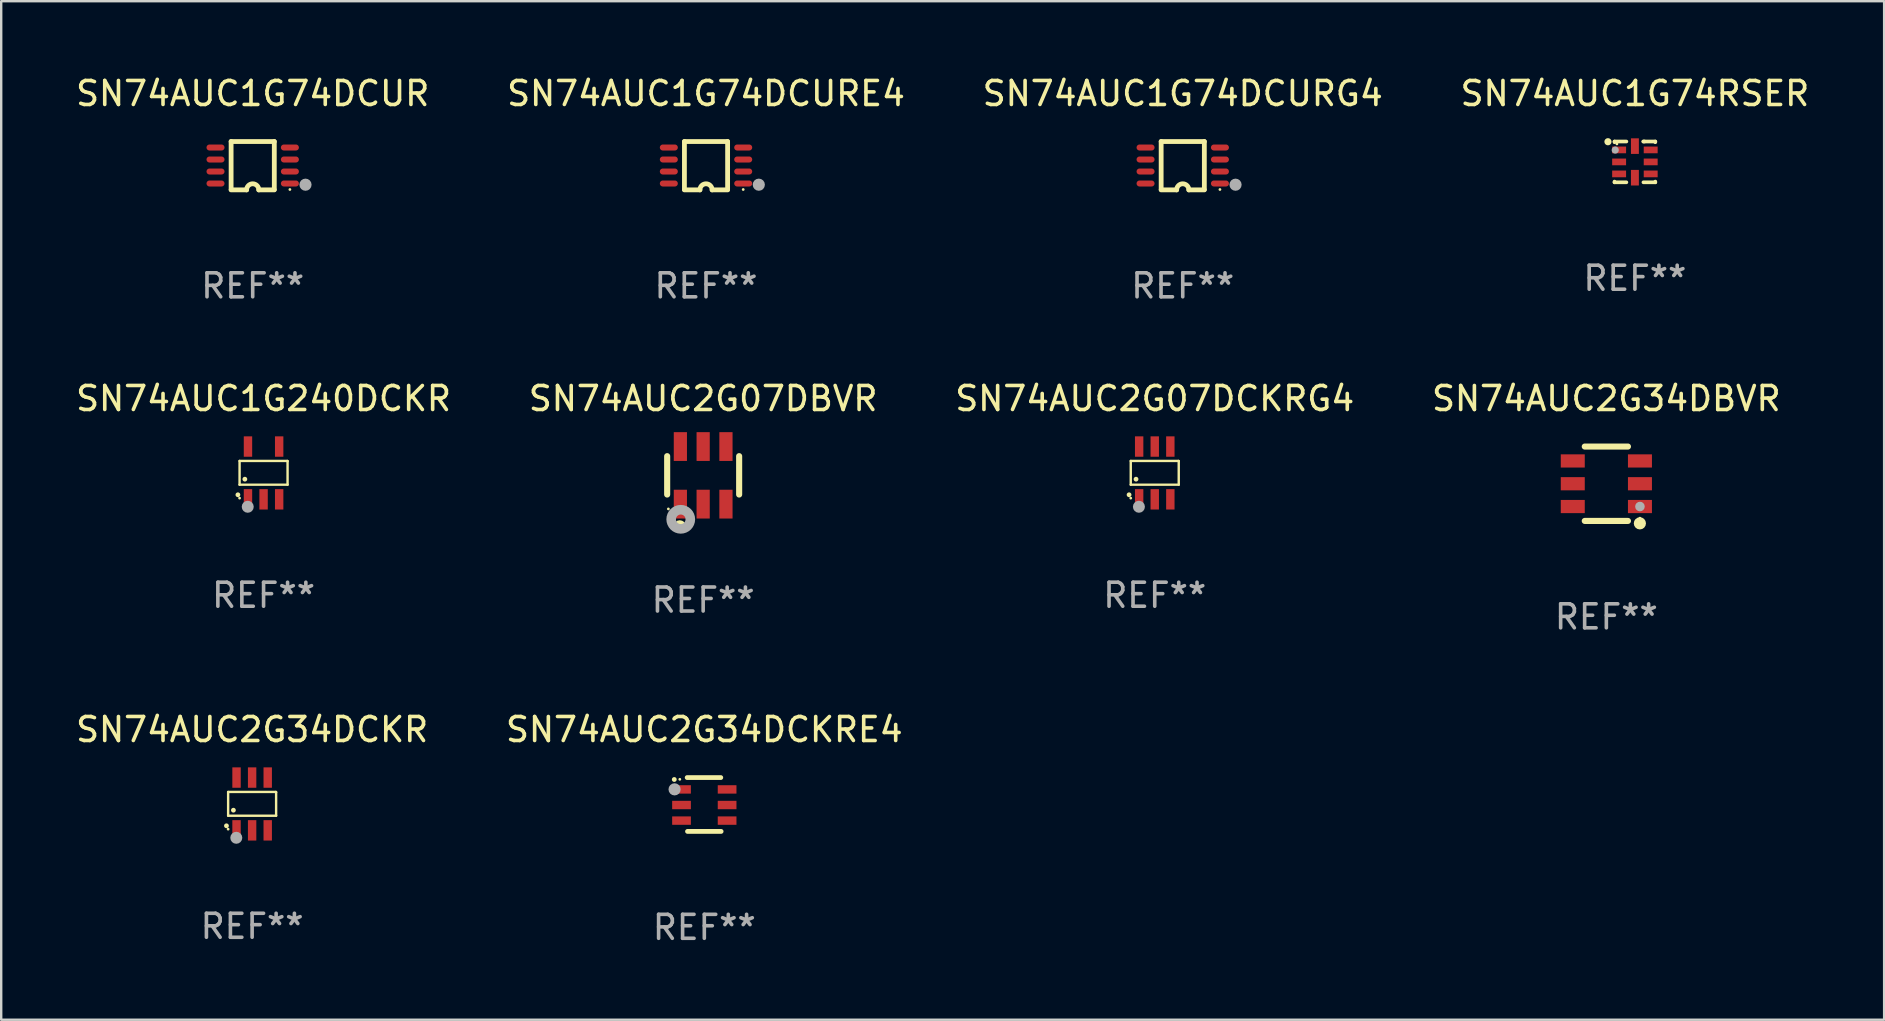
<source format=kicad_pcb>
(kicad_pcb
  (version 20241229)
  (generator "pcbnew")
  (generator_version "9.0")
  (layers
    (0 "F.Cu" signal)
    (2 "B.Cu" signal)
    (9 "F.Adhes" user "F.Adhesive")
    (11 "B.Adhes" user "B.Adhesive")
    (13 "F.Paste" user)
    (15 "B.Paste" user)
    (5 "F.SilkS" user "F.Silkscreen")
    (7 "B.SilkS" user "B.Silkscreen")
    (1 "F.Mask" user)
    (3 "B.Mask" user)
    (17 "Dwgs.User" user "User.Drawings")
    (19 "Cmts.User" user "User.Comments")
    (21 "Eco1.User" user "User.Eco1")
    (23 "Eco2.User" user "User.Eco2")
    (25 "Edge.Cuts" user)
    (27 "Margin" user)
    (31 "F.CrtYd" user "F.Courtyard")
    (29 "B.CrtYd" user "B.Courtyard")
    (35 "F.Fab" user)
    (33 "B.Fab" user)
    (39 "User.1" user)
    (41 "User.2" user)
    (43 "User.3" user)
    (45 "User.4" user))
  (footprint "SN74AUC2G34DCKR"
    (layer "F.Cu")
    (at 7.458 30.457)
    (property "Reference" "SN74AUC2G34DCKR" (at 0 -3.1 0) (layer "F.SilkS") (effects (font (size 1 1) (thickness 0.15))))
    (attr through_hole)
    (fp_line (start -1 -0.5) (end -1 0.49) (stroke (width 0.1) (type solid)) (layer "F.SilkS"))
    (fp_line (start -1 0.49) (end 1 0.49) (stroke (width 0.1) (type solid)) (layer "F.SilkS"))
    (fp_line (start 0.99 -0.5) (end -1 -0.5) (stroke (width 0.1) (type solid)) (layer "F.SilkS"))
    (fp_line (start 1 -0.49) (end 0.99 -0.5) (stroke (width 0.1) (type solid)) (layer "F.SilkS"))
    (fp_line (start 1 0.49) (end 1 -0.49) (stroke (width 0.1) (type solid)) (layer "F.SilkS"))
    (fp_circle (center -1.07 0.91) (end -1.02 0.91) (stroke (width 0.1) (type solid)) (fill no) (layer "F.SilkS"))
    (fp_circle (center -1 1.05) (end -0.97 1.05) (stroke (width 0.06) (type solid)) (fill no) (layer "F.SilkS"))
    (fp_circle (center -0.78 0.26) (end -0.73 0.26) (stroke (width 0.1) (type solid)) (fill no) (layer "F.SilkS"))
    (fp_circle (center -0.66 1.41) (end -0.535 1.41) (stroke (width 0.25) (type solid)) (fill no) (layer "F.Fab"))
    (fp_text user "REF**" (at 0 5.1 0) (layer "F.Fab") (effects (font (size 1 1) (thickness 0.15))))
    (pad "1" smd rect (at -0.65 1.1) (size 0.35 0.85) (layers "F.Cu" "F.Mask" "F.Paste"))
    (pad "2" smd rect (at 0 1.1) (size 0.35 0.85) (layers "F.Cu" "F.Mask" "F.Paste"))
    (pad "3" smd rect (at 0.65 1.1) (size 0.35 0.85) (layers "F.Cu" "F.Mask" "F.Paste"))
    (pad "4" smd rect (at 0.65 -1.1) (size 0.35 0.85) (layers "F.Cu" "F.Mask" "F.Paste"))
    (pad "5" smd rect (at 0 -1.1) (size 0.35 0.85) (layers "F.Cu" "F.Mask" "F.Paste"))
    (pad "6" smd rect (at -0.65 -1.1) (size 0.35 0.85) (layers "F.Cu" "F.Mask" "F.Paste")))
  (footprint "SN74AUC1G74DCURE4"
    (layer "F.Cu")
    (at 26.375 3.856)
    (property "Reference" "SN74AUC1G74DCURE4" (at 0 -3.008 0) (layer "F.SilkS") (effects (font (size 1 1) (thickness 0.15))))
    (attr through_hole)
    (fp_line (start -0.9 -1.008) (end -0.9 0.992) (stroke (width 0.2) (type solid)) (layer "F.SilkS"))
    (fp_line (start -0.254 1.008) (end -0.9 1.008) (stroke (width 0.2) (type solid)) (layer "F.SilkS"))
    (fp_line (start 0.254 1.008) (end 0.9 1.008) (stroke (width 0.2) (type solid)) (layer "F.SilkS"))
    (fp_line (start 0.9 -1.008) (end -0.9 -1.008) (stroke (width 0.2) (type solid)) (layer "F.SilkS"))
    (fp_line (start 0.9 0.992) (end 0.9 -1.008) (stroke (width 0.2) (type solid)) (layer "F.SilkS"))
    (fp_arc (start -0.254128 1.007976) (mid -0.000127 0.753975) (end 0.253874 1.007976) (stroke (width 0.2) (type solid)) (layer "F.SilkS"))
    (fp_circle (center 1.55 0.992) (end 1.58 0.992) (stroke (width 0.06) (type solid)) (fill no) (layer "F.SilkS"))
    (fp_circle (center 2.2 0.792) (end 2.327 0.792) (stroke (width 0.254) (type solid)) (fill no) (layer "F.Fab"))
    (fp_text user "REF**" (at 0 5.008 0) (layer "F.Fab") (effects (font (size 1 1) (thickness 0.15))))
    (pad "1" smd oval (at 1.55 0.742) (size 0.75 0.25) (layers "F.Cu" "F.Mask" "F.Paste"))
    (pad "2" smd oval (at 1.55 0.242) (size 0.75 0.25) (layers "F.Cu" "F.Mask" "F.Paste"))
    (pad "3" smd oval (at 1.55 -0.258) (size 0.75 0.25) (layers "F.Cu" "F.Mask" "F.Paste"))
    (pad "4" smd oval (at 1.55 -0.758) (size 0.75 0.25) (layers "F.Cu" "F.Mask" "F.Paste"))
    (pad "5" smd oval (at -1.55 -0.758) (size 0.75 0.25) (layers "F.Cu" "F.Mask" "F.Paste"))
    (pad "6" smd oval (at -1.55 -0.258) (size 0.75 0.25) (layers "F.Cu" "F.Mask" "F.Paste"))
    (pad "7" smd oval (at -1.55 0.242) (size 0.75 0.25) (layers "F.Cu" "F.Mask" "F.Paste"))
    (pad "8" smd oval (at -1.55 0.742) (size 0.75 0.25) (layers "F.Cu" "F.Mask" "F.Paste")))
  (footprint "SN74AUC1G74DCUR"
    (layer "F.Cu")
    (at 7.482 3.856)
    (property "Reference" "SN74AUC1G74DCUR" (at 0 -3.008 0) (layer "F.SilkS") (effects (font (size 1 1) (thickness 0.15))))
    (attr through_hole)
    (fp_line (start -0.9 -1.008) (end -0.9 0.992) (stroke (width 0.2) (type solid)) (layer "F.SilkS"))
    (fp_line (start -0.254 1.008) (end -0.9 1.008) (stroke (width 0.2) (type solid)) (layer "F.SilkS"))
    (fp_line (start 0.254 1.008) (end 0.9 1.008) (stroke (width 0.2) (type solid)) (layer "F.SilkS"))
    (fp_line (start 0.9 -1.008) (end -0.9 -1.008) (stroke (width 0.2) (type solid)) (layer "F.SilkS"))
    (fp_line (start 0.9 0.992) (end 0.9 -1.008) (stroke (width 0.2) (type solid)) (layer "F.SilkS"))
    (fp_arc (start -0.254128 1.007976) (mid -0.000127 0.753975) (end 0.253874 1.007976) (stroke (width 0.2) (type solid)) (layer "F.SilkS"))
    (fp_circle (center 1.55 0.992) (end 1.58 0.992) (stroke (width 0.06) (type solid)) (fill no) (layer "F.SilkS"))
    (fp_circle (center 2.2 0.792) (end 2.327 0.792) (stroke (width 0.254) (type solid)) (fill no) (layer "F.Fab"))
    (fp_text user "REF**" (at 0 5.008 0) (layer "F.Fab") (effects (font (size 1 1) (thickness 0.15))))
    (pad "1" smd oval (at 1.55 0.742) (size 0.75 0.25) (layers "F.Cu" "F.Mask" "F.Paste"))
    (pad "2" smd oval (at 1.55 0.242) (size 0.75 0.25) (layers "F.Cu" "F.Mask" "F.Paste"))
    (pad "3" smd oval (at 1.55 -0.258) (size 0.75 0.25) (layers "F.Cu" "F.Mask" "F.Paste"))
    (pad "4" smd oval (at 1.55 -0.758) (size 0.75 0.25) (layers "F.Cu" "F.Mask" "F.Paste"))
    (pad "5" smd oval (at -1.55 -0.758) (size 0.75 0.25) (layers "F.Cu" "F.Mask" "F.Paste"))
    (pad "6" smd oval (at -1.55 -0.258) (size 0.75 0.25) (layers "F.Cu" "F.Mask" "F.Paste"))
    (pad "7" smd oval (at -1.55 0.242) (size 0.75 0.25) (layers "F.Cu" "F.Mask" "F.Paste"))
    (pad "8" smd oval (at -1.55 0.742) (size 0.75 0.25) (layers "F.Cu" "F.Mask" "F.Paste")))
  (footprint "SN74AUC1G240DCKR"
    (layer "F.Cu")
    (at 7.935 16.661)
    (property "Reference" "SN74AUC1G240DCKR" (at 0 -3.1 0) (layer "F.SilkS") (effects (font (size 1 1) (thickness 0.15))))
    (attr through_hole)
    (fp_line (start -1 -0.5) (end -1 0.49) (stroke (width 0.1) (type solid)) (layer "F.SilkS"))
    (fp_line (start -1 0.49) (end 1 0.49) (stroke (width 0.1) (type solid)) (layer "F.SilkS"))
    (fp_line (start 0.99 -0.5) (end -1 -0.5) (stroke (width 0.1) (type solid)) (layer "F.SilkS"))
    (fp_line (start 1 -0.49) (end 0.99 -0.5) (stroke (width 0.1) (type solid)) (layer "F.SilkS"))
    (fp_line (start 1 0.49) (end 1 -0.49) (stroke (width 0.1) (type solid)) (layer "F.SilkS"))
    (fp_circle (center -1.07 0.91) (end -1.02 0.91) (stroke (width 0.1) (type solid)) (fill no) (layer "F.SilkS"))
    (fp_circle (center -1 1.05) (end -0.97 1.05) (stroke (width 0.06) (type solid)) (fill no) (layer "F.SilkS"))
    (fp_circle (center -0.78 0.26) (end -0.73 0.26) (stroke (width 0.1) (type solid)) (fill no) (layer "F.SilkS"))
    (fp_circle (center -0.66 1.41) (end -0.535 1.41) (stroke (width 0.25) (type solid)) (fill no) (layer "F.Fab"))
    (fp_text user "REF**" (at 0 5.1 0) (layer "F.Fab") (effects (font (size 1 1) (thickness 0.15))))
    (pad "1" smd rect (at -0.65 1.1) (size 0.35 0.85) (layers "F.Cu" "F.Mask" "F.Paste"))
    (pad "2" smd rect (at 0.000051 1.1) (size 0.35 0.85) (layers "F.Cu" "F.Mask" "F.Paste"))
    (pad "3" smd rect (at 0.65 1.1) (size 0.35 0.85) (layers "F.Cu" "F.Mask" "F.Paste"))
    (pad "4" smd rect (at 0.65 -1.1) (size 0.35 0.85) (layers "F.Cu" "F.Mask" "F.Paste"))
    (pad "5" smd rect (at -0.65 -1.1) (size 0.35 0.85) (layers "F.Cu" "F.Mask" "F.Paste")))
  (footprint "SN74AUC2G07DCKRG4"
    (layer "F.Cu")
    (at 45.077 16.661)
    (property "Reference" "SN74AUC2G07DCKRG4" (at 0 -3.1 0) (layer "F.SilkS") (effects (font (size 1 1) (thickness 0.15))))
    (attr through_hole)
    (fp_line (start -1 -0.5) (end -1 0.49) (stroke (width 0.1) (type solid)) (layer "F.SilkS"))
    (fp_line (start -1 0.49) (end 1 0.49) (stroke (width 0.1) (type solid)) (layer "F.SilkS"))
    (fp_line (start 0.99 -0.5) (end -1 -0.5) (stroke (width 0.1) (type solid)) (layer "F.SilkS"))
    (fp_line (start 1 -0.49) (end 0.99 -0.5) (stroke (width 0.1) (type solid)) (layer "F.SilkS"))
    (fp_line (start 1 0.49) (end 1 -0.49) (stroke (width 0.1) (type solid)) (layer "F.SilkS"))
    (fp_circle (center -1.07 0.91) (end -1.02 0.91) (stroke (width 0.1) (type solid)) (fill no) (layer "F.SilkS"))
    (fp_circle (center -1 1.05) (end -0.97 1.05) (stroke (width 0.06) (type solid)) (fill no) (layer "F.SilkS"))
    (fp_circle (center -0.78 0.26) (end -0.73 0.26) (stroke (width 0.1) (type solid)) (fill no) (layer "F.SilkS"))
    (fp_circle (center -0.66 1.41) (end -0.535 1.41) (stroke (width 0.25) (type solid)) (fill no) (layer "F.Fab"))
    (fp_text user "REF**" (at 0 5.1 0) (layer "F.Fab") (effects (font (size 1 1) (thickness 0.15))))
    (pad "1" smd rect (at -0.65 1.1) (size 0.35 0.85) (layers "F.Cu" "F.Mask" "F.Paste"))
    (pad "2" smd rect (at 0 1.1) (size 0.35 0.85) (layers "F.Cu" "F.Mask" "F.Paste"))
    (pad "3" smd rect (at 0.65 1.1) (size 0.35 0.85) (layers "F.Cu" "F.Mask" "F.Paste"))
    (pad "4" smd rect (at 0.65 -1.1) (size 0.35 0.85) (layers "F.Cu" "F.Mask" "F.Paste"))
    (pad "5" smd rect (at 0 -1.1) (size 0.35 0.85) (layers "F.Cu" "F.Mask" "F.Paste"))
    (pad "6" smd rect (at -0.65 -1.1) (size 0.35 0.85) (layers "F.Cu" "F.Mask" "F.Paste")))
  (footprint "SN74AUC1G74DCURG4"
    (layer "F.Cu")
    (at 46.244 3.856)
    (property "Reference" "SN74AUC1G74DCURG4" (at 0 -3.008 0) (layer "F.SilkS") (effects (font (size 1 1) (thickness 0.15))))
    (attr through_hole)
    (fp_line (start -0.9 -1.008) (end -0.9 0.992) (stroke (width 0.2) (type solid)) (layer "F.SilkS"))
    (fp_line (start -0.254 1.008) (end -0.9 1.008) (stroke (width 0.2) (type solid)) (layer "F.SilkS"))
    (fp_line (start 0.254 1.008) (end 0.9 1.008) (stroke (width 0.2) (type solid)) (layer "F.SilkS"))
    (fp_line (start 0.9 -1.008) (end -0.9 -1.008) (stroke (width 0.2) (type solid)) (layer "F.SilkS"))
    (fp_line (start 0.9 0.992) (end 0.9 -1.008) (stroke (width 0.2) (type solid)) (layer "F.SilkS"))
    (fp_arc (start -0.254128 1.007976) (mid -0.000127 0.753975) (end 0.253874 1.007976) (stroke (width 0.2) (type solid)) (layer "F.SilkS"))
    (fp_circle (center 1.55 0.992) (end 1.58 0.992) (stroke (width 0.06) (type solid)) (fill no) (layer "F.SilkS"))
    (fp_circle (center 2.2 0.792) (end 2.327 0.792) (stroke (width 0.254) (type solid)) (fill no) (layer "F.Fab"))
    (fp_text user "REF**" (at 0 5.008 0) (layer "F.Fab") (effects (font (size 1 1) (thickness 0.15))))
    (pad "1" smd oval (at 1.55 0.742) (size 0.75 0.25) (layers "F.Cu" "F.Mask" "F.Paste"))
    (pad "2" smd oval (at 1.55 0.242) (size 0.75 0.25) (layers "F.Cu" "F.Mask" "F.Paste"))
    (pad "3" smd oval (at 1.55 -0.258) (size 0.75 0.25) (layers "F.Cu" "F.Mask" "F.Paste"))
    (pad "4" smd oval (at 1.55 -0.758) (size 0.75 0.25) (layers "F.Cu" "F.Mask" "F.Paste"))
    (pad "5" smd oval (at -1.55 -0.758) (size 0.75 0.25) (layers "F.Cu" "F.Mask" "F.Paste"))
    (pad "6" smd oval (at -1.55 -0.258) (size 0.75 0.25) (layers "F.Cu" "F.Mask" "F.Paste"))
    (pad "7" smd oval (at -1.55 0.242) (size 0.75 0.25) (layers "F.Cu" "F.Mask" "F.Paste"))
    (pad "8" smd oval (at -1.55 0.742) (size 0.75 0.25) (layers "F.Cu" "F.Mask" "F.Paste")))
  (footprint "SN74AUC2G07DBVR"
    (layer "F.Cu")
    (at 26.256 16.761)
    (property "Reference" "SN74AUC2G07DBVR" (at 0 -3.2 0) (layer "F.SilkS") (effects (font (size 1 1) (thickness 0.15))))
    (attr through_hole)
    (fp_line (start -1.5 0.8) (end -1.5 -0.8) (stroke (width 0.254) (type solid)) (layer "F.SilkS"))
    (fp_line (start 1.5 -0.8) (end 1.5 0.8) (stroke (width 0.254) (type solid)) (layer "F.SilkS"))
    (fp_circle (center -1.45 1.4) (end -1.42 1.4) (stroke (width 0.06) (type solid)) (fill no) (layer "F.SilkS"))
    (fp_circle (center -0.975 2.125) (end -0.848 2.125) (stroke (width 0.254) (type solid)) (fill no) (layer "F.SilkS"))
    (fp_circle (center -0.934 1.832) (end -0.735 1.832) (stroke (width 0.4) (type solid)) (fill no) (layer "F.Fab"))
    (fp_text user "REF**" (at 0 5.2 0) (layer "F.Fab") (effects (font (size 1 1) (thickness 0.15))))
    (pad "1" smd rect (at -0.95 1.2) (size 0.55 1.2) (layers "F.Cu" "F.Mask" "F.Paste"))
    (pad "2" smd rect (at 0 1.2) (size 0.55 1.2) (layers "F.Cu" "F.Mask" "F.Paste"))
    (pad "3" smd rect (at 0.95 1.2) (size 0.55 1.2) (layers "F.Cu" "F.Mask" "F.Paste"))
    (pad "4" smd rect (at 0.95 -1.2) (size 0.55 1.2) (layers "F.Cu" "F.Mask" "F.Paste"))
    (pad "5" smd rect (at 0 -1.2) (size 0.55 1.2) (layers "F.Cu" "F.Mask" "F.Paste"))
    (pad "6" smd rect (at -0.95 -1.2) (size 0.55 1.2) (layers "F.Cu" "F.Mask" "F.Paste")))
  (footprint "SN74AUC2G34DBVR"
    (layer "F.Cu")
    (at 63.899 17.111)
    (property "Reference" "SN74AUC2G34DBVR" (at 0 -3.55 0) (layer "F.SilkS") (effects (font (size 1 1) (thickness 0.15))))
    (attr through_hole)
    (fp_line (start -0.9 -1.55) (end 0.9 -1.55) (stroke (width 0.254) (type solid)) (layer "F.SilkS"))
    (fp_line (start -0.9 1.55) (end 0.9 1.55) (stroke (width 0.254) (type solid)) (layer "F.SilkS"))
    (fp_circle (center 1.397 1.651) (end 1.524 1.651) (stroke (width 0.254) (type solid)) (fill no) (layer "F.SilkS"))
    (fp_circle (center 1.4 1.435) (end 1.43 1.435) (stroke (width 0.06) (type solid)) (fill no) (layer "F.SilkS"))
    (fp_circle (center 1.4 0.95) (end 1.5 0.95) (stroke (width 0.2) (type solid)) (fill no) (layer "F.Fab"))
    (fp_text user "REF**" (at 0 5.55 0) (layer "F.Fab") (effects (font (size 1 1) (thickness 0.15))))
    (pad "1" smd rect (at 1.4 0.95) (size 1 0.55) (layers "F.Cu" "F.Mask" "F.Paste"))
    (pad "2" smd rect (at 1.4 -0.000102) (size 1 0.55) (layers "F.Cu" "F.Mask" "F.Paste"))
    (pad "3" smd rect (at 1.4 -0.95) (size 1 0.55) (layers "F.Cu" "F.Mask" "F.Paste"))
    (pad "4" smd rect (at -1.4 -0.95) (size 1 0.55) (layers "F.Cu" "F.Mask" "F.Paste"))
    (pad "5" smd rect (at -1.4 -0.000102) (size 1 0.55) (layers "F.Cu" "F.Mask" "F.Paste"))
    (pad "6" smd rect (at -1.4 0.95) (size 1 0.55) (layers "F.Cu" "F.Mask" "F.Paste")))
  (footprint "SN74AUC2G34DCKRE4"
    (layer "F.Cu")
    (at 26.304 30.479)
    (property "Reference" "SN74AUC2G34DCKRE4" (at 0 -3.122 0) (layer "F.SilkS") (effects (font (size 1 1) (thickness 0.15))))
    (attr through_hole)
    (fp_line (start 0.686 -1.122) (end -0.714 -1.122) (stroke (width 0.2) (type solid)) (layer "F.SilkS"))
    (fp_line (start 0.7 1.122) (end -0.7 1.122) (stroke (width 0.2) (type solid)) (layer "F.SilkS"))
    (fp_arc (start -1.252273 -1.041897) (mid -1.252172 -1.041898) (end -1.25207 -1.041897) (stroke (width 0.2) (type solid)) (layer "F.SilkS"))
    (fp_circle (center -1.021 -1.049) (end -0.991 -1.049) (stroke (width 0.06) (type solid)) (fill no) (layer "F.SilkS"))
    (fp_circle (center -1.239 -0.631) (end -1.112 -0.631) (stroke (width 0.254) (type solid)) (fill no) (layer "F.Fab"))
    (fp_text user "REF**" (at 0 5.122 0) (layer "F.Fab") (effects (font (size 1 1) (thickness 0.15))))
    (pad "1" smd rect (at -0.95 -0.628 270) (size 0.35 0.78) (layers "F.Cu" "F.Mask" "F.Paste"))
    (pad "2" smd rect (at -0.95 0.022 270) (size 0.35 0.78) (layers "F.Cu" "F.Mask" "F.Paste"))
    (pad "3" smd rect (at -0.95 0.672 270) (size 0.35 0.78) (layers "F.Cu" "F.Mask" "F.Paste"))
    (pad "4" smd rect (at 0.95 0.672 90) (size 0.35 0.78) (layers "F.Cu" "F.Mask" "F.Paste"))
    (pad "5" smd rect (at 0.95 0.022 90) (size 0.35 0.78) (layers "F.Cu" "F.Mask" "F.Paste"))
    (pad "6" smd rect (at 0.95 -0.628 90) (size 0.35 0.78) (layers "F.Cu" "F.Mask" "F.Paste")))
  (footprint "SN74AUC1G74RSER"
    (layer "F.Cu")
    (at 65.089 3.698)
    (property "Reference" "SN74AUC1G74RSER" (at 0 -2.85 0) (layer "F.SilkS") (effects (font (size 1 1) (thickness 0.15))))
    (attr through_hole)
    (fp_line (start -0.85 -0.85) (end -0.355 -0.85) (stroke (width 0.152) (type solid)) (layer "F.SilkS"))
    (fp_line (start -0.85 -0.82) (end -0.85 -0.85) (stroke (width 0.152) (type solid)) (layer "F.SilkS"))
    (fp_line (start -0.85 0.85) (end -0.85 0.82) (stroke (width 0.152) (type solid)) (layer "F.SilkS"))
    (fp_line (start -0.355 0.85) (end -0.85 0.85) (stroke (width 0.152) (type solid)) (layer "F.SilkS"))
    (fp_line (start 0.35 -0.85) (end 0.85 -0.85) (stroke (width 0.152) (type solid)) (layer "F.SilkS"))
    (fp_line (start 0.355 -0.85) (end 0.4 -0.85) (stroke (width 0.152) (type solid)) (layer "F.SilkS"))
    (fp_line (start 0.85 -0.85) (end 0.85 -0.82) (stroke (width 0.152) (type solid)) (layer "F.SilkS"))
    (fp_line (start 0.85 0.82) (end 0.85 0.85) (stroke (width 0.152) (type solid)) (layer "F.SilkS"))
    (fp_line (start 0.85 0.85) (end 0.355 0.85) (stroke (width 0.152) (type solid)) (layer "F.SilkS"))
    (fp_circle (center -1.123 -0.841) (end -1.048 -0.841) (stroke (width 0.15) (type solid)) (fill no) (layer "F.SilkS"))
    (fp_circle (center -0.75 -0.75) (end -0.72 -0.75) (stroke (width 0.06) (type solid)) (fill no) (layer "F.SilkS"))
    (fp_circle (center -0.82 -0.494) (end -0.745 -0.494) (stroke (width 0.15) (type solid)) (fill no) (layer "F.Fab"))
    (fp_text user "REF**" (at 0 4.85 0) (layer "F.Fab") (effects (font (size 1 1) (thickness 0.15))))
    (pad "1" smd rect (at -0.658 -0.5) (size 0.58 0.28) (layers "F.Cu" "F.Mask" "F.Paste"))
    (pad "2" smd rect (at -0.658 -0.000013) (size 0.58 0.28) (layers "F.Cu" "F.Mask" "F.Paste"))
    (pad "3" smd rect (at -0.658 0.5) (size 0.58 0.28) (layers "F.Cu" "F.Mask" "F.Paste"))
    (pad "4" smd rect (at -0.000013 0.658) (size 0.33 0.65) (layers "F.Cu" "F.Mask" "F.Paste"))
    (pad "5" smd rect (at 0.658 0.5) (size 0.58 0.28) (layers "F.Cu" "F.Mask" "F.Paste"))
    (pad "6" smd rect (at 0.658 -0.000013) (size 0.58 0.28) (layers "F.Cu" "F.Mask" "F.Paste"))
    (pad "7" smd rect (at 0.658 -0.5) (size 0.58 0.28) (layers "F.Cu" "F.Mask" "F.Paste"))
    (pad "8" smd rect (at -0.000013 -0.658) (size 0.33 0.65) (layers "F.Cu" "F.Mask" "F.Paste")))
  (gr_rect
    (start -3 -3)
    (end 75.476 39.449)
    (stroke (width 0.1) (type default))
    (fill no)
    (layer "Edge.Cuts")))
</source>
